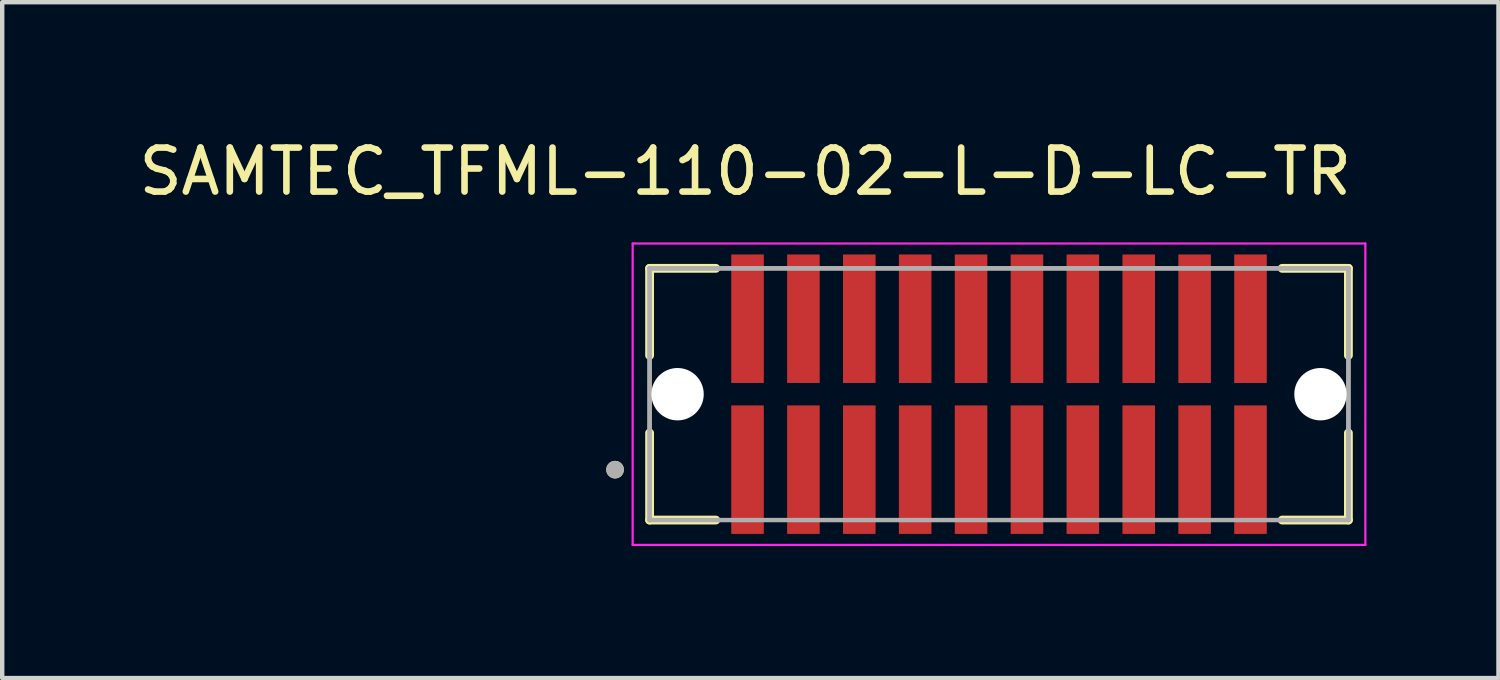
<source format=kicad_pcb>
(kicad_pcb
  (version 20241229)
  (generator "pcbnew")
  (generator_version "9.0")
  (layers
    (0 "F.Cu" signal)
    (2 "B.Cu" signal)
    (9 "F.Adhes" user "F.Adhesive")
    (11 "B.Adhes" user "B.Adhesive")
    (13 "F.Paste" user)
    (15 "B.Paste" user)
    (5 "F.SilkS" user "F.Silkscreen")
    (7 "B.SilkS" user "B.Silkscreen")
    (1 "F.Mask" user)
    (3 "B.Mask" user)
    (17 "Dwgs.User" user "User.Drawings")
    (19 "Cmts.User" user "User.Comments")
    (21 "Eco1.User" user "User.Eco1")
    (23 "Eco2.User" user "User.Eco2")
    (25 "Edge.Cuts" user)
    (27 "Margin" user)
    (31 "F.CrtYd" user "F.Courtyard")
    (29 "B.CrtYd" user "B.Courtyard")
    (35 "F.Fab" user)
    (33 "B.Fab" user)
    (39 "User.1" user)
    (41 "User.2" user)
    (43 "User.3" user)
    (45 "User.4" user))
  (footprint "SAMTEC_TFML-110-02-L-D-LC-TR"
    (layer "F.Cu")
    (at 19.652 5.908)
    (property "Reference" "SAMTEC_TFML-110-02-L-D-LC-TR" (at -5.765 -5.06 0) (layer "F.SilkS") (effects (font (size 1 1) (thickness 0.15))))
    (attr smd)
    (fp_line (start -7.94 -2.86) (end -7.94 -0.881) (stroke (width 0.2) (type solid)) (layer "F.SilkS"))
    (fp_line (start -7.94 -2.86) (end -6.435 -2.86) (stroke (width 0.2) (type solid)) (layer "F.SilkS"))
    (fp_line (start -7.94 0.881) (end -7.94 2.86) (stroke (width 0.2) (type solid)) (layer "F.SilkS"))
    (fp_line (start -6.435 2.86) (end -7.94 2.86) (stroke (width 0.2) (type solid)) (layer "F.SilkS"))
    (fp_line (start 6.435 -2.86) (end 7.94 -2.86) (stroke (width 0.2) (type solid)) (layer "F.SilkS"))
    (fp_line (start 6.435 2.86) (end 7.94 2.86) (stroke (width 0.2) (type solid)) (layer "F.SilkS"))
    (fp_line (start 7.94 -0.881) (end 7.94 -2.86) (stroke (width 0.2) (type solid)) (layer "F.SilkS"))
    (fp_line (start 7.94 2.86) (end 7.94 0.881) (stroke (width 0.2) (type solid)) (layer "F.SilkS"))
    (fp_circle (center -8.725 1.715) (end -8.625 1.715) (stroke (width 0.2) (type solid)) (fill no) (layer "F.SilkS"))
    (fp_line (start -8.325 -3.425) (end 8.325 -3.425) (stroke (width 0.05) (type solid)) (layer "F.CrtYd"))
    (fp_line (start -8.325 3.425) (end -8.325 -3.425) (stroke (width 0.05) (type solid)) (layer "F.CrtYd"))
    (fp_line (start 8.325 -3.425) (end 8.325 3.425) (stroke (width 0.05) (type solid)) (layer "F.CrtYd"))
    (fp_line (start 8.325 3.425) (end -8.325 3.425) (stroke (width 0.05) (type solid)) (layer "F.CrtYd"))
    (fp_line (start -7.94 -2.86) (end 7.94 -2.86) (stroke (width 0.1) (type solid)) (layer "F.Fab"))
    (fp_line (start -7.94 -2.86) (end 7.94 -2.86) (stroke (width 0.1) (type solid)) (layer "F.Fab"))
    (fp_line (start -7.94 2.86) (end -7.94 -2.86) (stroke (width 0.1) (type solid)) (layer "F.Fab"))
    (fp_line (start -7.94 2.86) (end -7.94 -2.86) (stroke (width 0.1) (type solid)) (layer "F.Fab"))
    (fp_line (start 7.94 -2.86) (end 7.94 2.86) (stroke (width 0.1) (type solid)) (layer "F.Fab"))
    (fp_line (start 7.94 -2.86) (end 7.94 2.86) (stroke (width 0.1) (type solid)) (layer "F.Fab"))
    (fp_line (start 7.94 2.86) (end -7.94 2.86) (stroke (width 0.1) (type solid)) (layer "F.Fab"))
    (fp_circle (center -8.725 1.715) (end -8.625 1.715) (stroke (width 0.2) (type solid)) (fill no) (layer "F.Fab"))
    (pad "" np_thru_hole circle (at -7.305 0) (size 1.19 1.19) (drill 1.19) (layers "*.Cu" "*.Mask"))
    (pad "" np_thru_hole circle (at 7.305 0) (size 1.19 1.19) (drill 1.19) (layers "*.Cu" "*.Mask"))
    (pad "01" smd rect (at -5.715 1.715) (size 0.74 2.92) (layers "F.Cu" "F.Mask" "F.Paste"))
    (pad "02" smd rect (at -5.715 -1.715) (size 0.74 2.92) (layers "F.Cu" "F.Mask" "F.Paste"))
    (pad "03" smd rect (at -4.445 1.715) (size 0.74 2.92) (layers "F.Cu" "F.Mask" "F.Paste"))
    (pad "04" smd rect (at -4.445 -1.715) (size 0.74 2.92) (layers "F.Cu" "F.Mask" "F.Paste"))
    (pad "05" smd rect (at -3.175 1.715) (size 0.74 2.92) (layers "F.Cu" "F.Mask" "F.Paste"))
    (pad "06" smd rect (at -3.175 -1.715) (size 0.74 2.92) (layers "F.Cu" "F.Mask" "F.Paste"))
    (pad "07" smd rect (at -1.905 1.715) (size 0.74 2.92) (layers "F.Cu" "F.Mask" "F.Paste"))
    (pad "08" smd rect (at -1.905 -1.715) (size 0.74 2.92) (layers "F.Cu" "F.Mask" "F.Paste"))
    (pad "09" smd rect (at -0.635 1.715) (size 0.74 2.92) (layers "F.Cu" "F.Mask" "F.Paste"))
    (pad "10" smd rect (at -0.635 -1.715) (size 0.74 2.92) (layers "F.Cu" "F.Mask" "F.Paste"))
    (pad "11" smd rect (at 0.635 1.715) (size 0.74 2.92) (layers "F.Cu" "F.Mask" "F.Paste"))
    (pad "12" smd rect (at 0.635 -1.715) (size 0.74 2.92) (layers "F.Cu" "F.Mask" "F.Paste"))
    (pad "13" smd rect (at 1.905 1.715) (size 0.74 2.92) (layers "F.Cu" "F.Mask" "F.Paste"))
    (pad "14" smd rect (at 1.905 -1.715) (size 0.74 2.92) (layers "F.Cu" "F.Mask" "F.Paste"))
    (pad "15" smd rect (at 3.175 1.715) (size 0.74 2.92) (layers "F.Cu" "F.Mask" "F.Paste"))
    (pad "16" smd rect (at 3.175 -1.715) (size 0.74 2.92) (layers "F.Cu" "F.Mask" "F.Paste"))
    (pad "17" smd rect (at 4.445 1.715) (size 0.74 2.92) (layers "F.Cu" "F.Mask" "F.Paste"))
    (pad "18" smd rect (at 4.445 -1.715) (size 0.74 2.92) (layers "F.Cu" "F.Mask" "F.Paste"))
    (pad "19" smd rect (at 5.715 1.715) (size 0.74 2.92) (layers "F.Cu" "F.Mask" "F.Paste"))
    (pad "20" smd rect (at 5.715 -1.715) (size 0.74 2.92) (layers "F.Cu" "F.Mask" "F.Paste")))
  (gr_rect
    (start -3 -3)
    (end 31.002 12.358)
    (stroke (width 0.1) (type default))
    (fill no)
    (layer "Edge.Cuts")))
</source>
